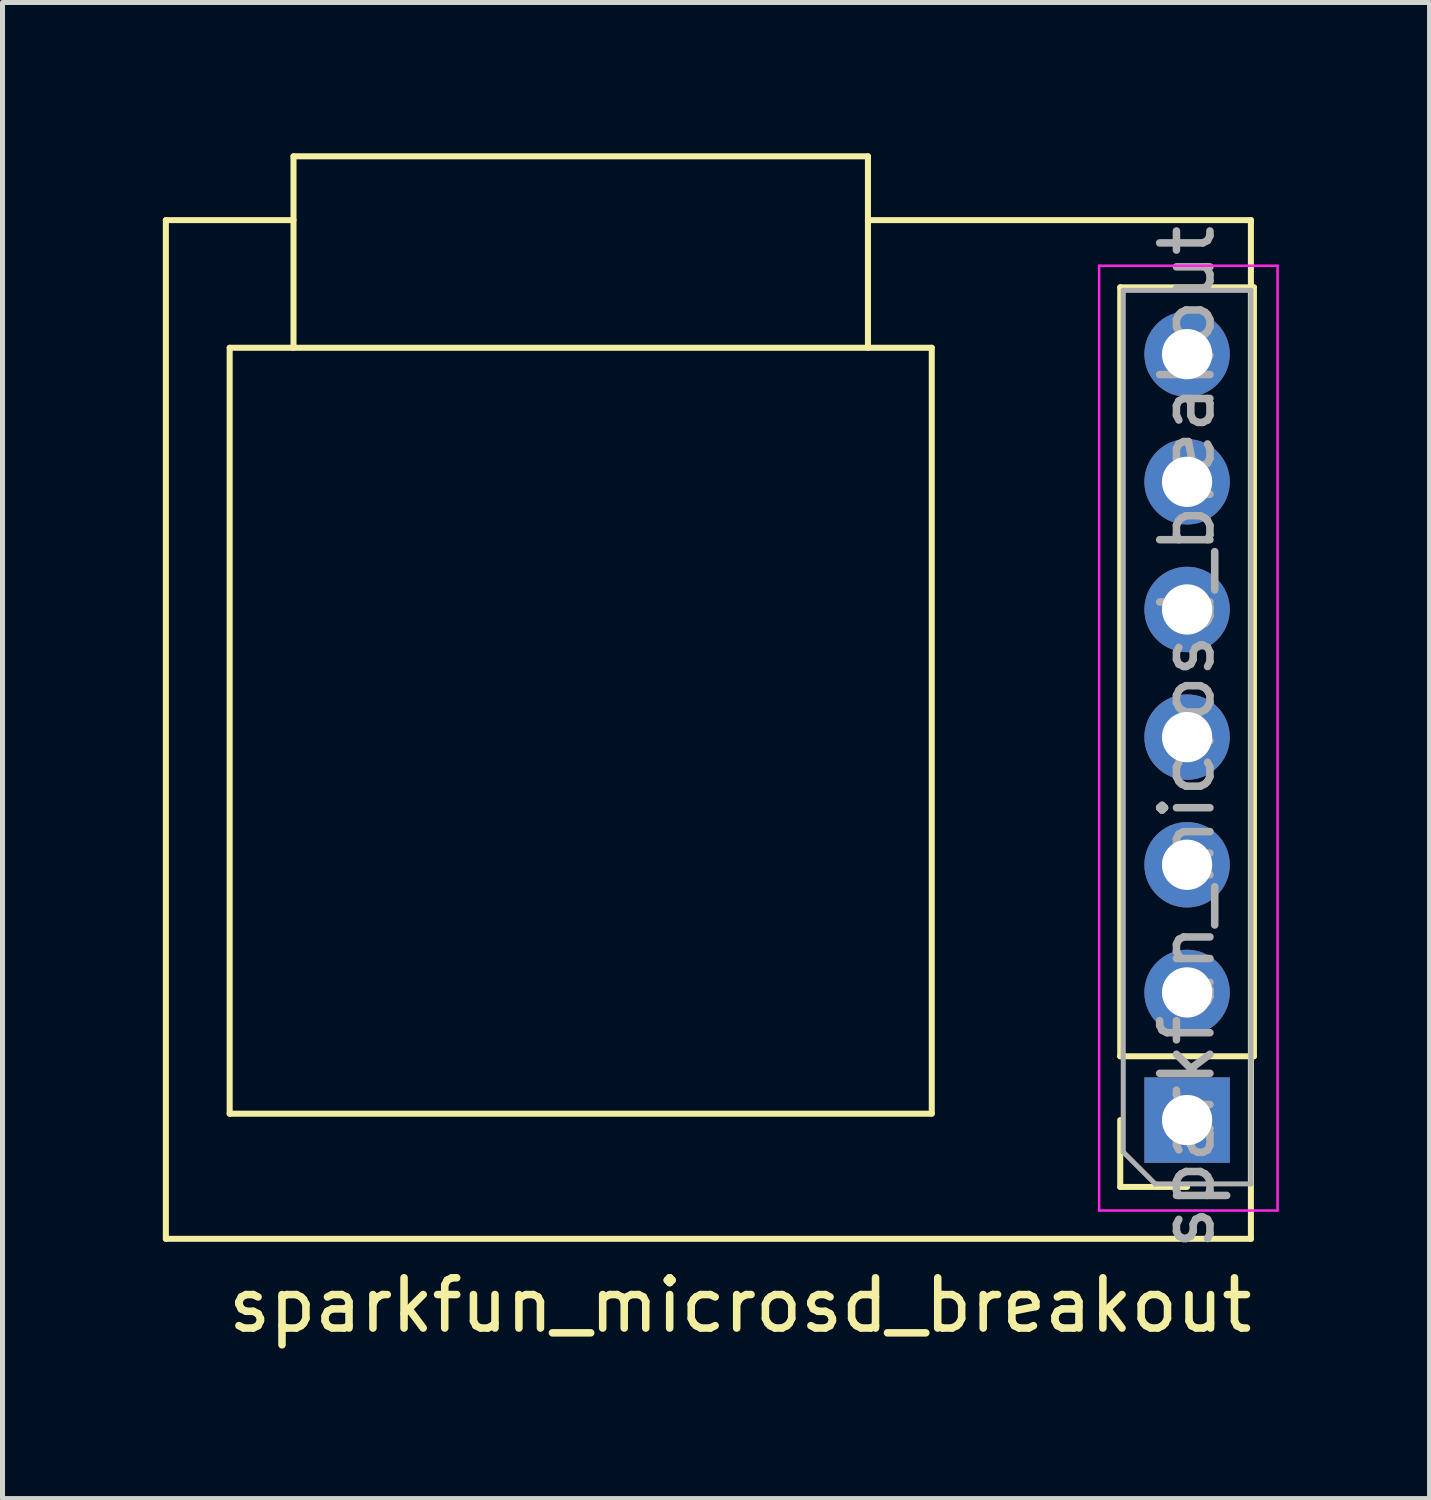
<source format=kicad_pcb>
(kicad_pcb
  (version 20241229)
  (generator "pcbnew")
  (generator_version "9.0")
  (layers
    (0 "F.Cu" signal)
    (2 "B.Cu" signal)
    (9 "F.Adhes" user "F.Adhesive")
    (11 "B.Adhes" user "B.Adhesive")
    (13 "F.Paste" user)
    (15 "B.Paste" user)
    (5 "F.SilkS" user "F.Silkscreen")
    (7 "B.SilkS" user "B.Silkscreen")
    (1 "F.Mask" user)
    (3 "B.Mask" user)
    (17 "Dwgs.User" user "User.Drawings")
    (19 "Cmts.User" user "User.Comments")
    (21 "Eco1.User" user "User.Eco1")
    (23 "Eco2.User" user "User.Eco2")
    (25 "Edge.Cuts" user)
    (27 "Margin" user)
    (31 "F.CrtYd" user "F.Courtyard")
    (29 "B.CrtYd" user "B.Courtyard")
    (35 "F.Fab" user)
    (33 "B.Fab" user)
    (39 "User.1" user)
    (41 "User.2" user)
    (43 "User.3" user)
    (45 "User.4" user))
  (footprint "sparkfun_microsd_breakout"
    (layer "F.Cu")
    (at 0.25 1.33)
    (property "Reference" "sparkfun_microsd_breakout" (at 11.43 21.59 0) (layer "F.SilkS") (effects (font (size 1 1) (thickness 0.15))))
    (attr through_hole)
    (fp_line (start 0 0) (end 0 20.269) (stroke (width 0.12) (type solid)) (layer "F.SilkS"))
    (fp_line (start 0 0) (end 2.54 0) (stroke (width 0.12) (type solid)) (layer "F.SilkS"))
    (fp_line (start 0 20.269) (end 21.59 20.269) (stroke (width 0.12) (type solid)) (layer "F.SilkS"))
    (fp_line (start 1.27 2.54) (end 1.27 17.78) (stroke (width 0.12) (type solid)) (layer "F.SilkS"))
    (fp_line (start 1.27 2.54) (end 15.24 2.54) (stroke (width 0.12) (type solid)) (layer "F.SilkS"))
    (fp_line (start 2.54 -1.27) (end 13.97 -1.27) (stroke (width 0.12) (type solid)) (layer "F.SilkS"))
    (fp_line (start 2.54 2.54) (end 2.54 -1.27) (stroke (width 0.12) (type solid)) (layer "F.SilkS"))
    (fp_line (start 13.97 -1.27) (end 13.97 2.54) (stroke (width 0.12) (type solid)) (layer "F.SilkS"))
    (fp_line (start 13.97 0) (end 21.59 0) (stroke (width 0.12) (type solid)) (layer "F.SilkS"))
    (fp_line (start 15.24 2.54) (end 15.24 17.78) (stroke (width 0.12) (type solid)) (layer "F.SilkS"))
    (fp_line (start 15.24 17.78) (end 1.27 17.78) (stroke (width 0.12) (type solid)) (layer "F.SilkS"))
    (fp_line (start 18.99 16.637) (end 18.99 1.337) (stroke (width 0.12) (type solid)) (layer "F.SilkS"))
    (fp_line (start 18.99 19.237) (end 18.99 17.907) (stroke (width 0.12) (type solid)) (layer "F.SilkS"))
    (fp_line (start 20.32 19.237) (end 18.99 19.237) (stroke (width 0.12) (type solid)) (layer "F.SilkS"))
    (fp_line (start 21.59 0) (end 21.59 20.269) (stroke (width 0.12) (type solid)) (layer "F.SilkS"))
    (fp_line (start 21.65 1.337) (end 18.99 1.337) (stroke (width 0.12) (type solid)) (layer "F.SilkS"))
    (fp_line (start 21.65 16.637) (end 18.99 16.637) (stroke (width 0.12) (type solid)) (layer "F.SilkS"))
    (fp_line (start 21.65 16.637) (end 21.65 1.337) (stroke (width 0.12) (type solid)) (layer "F.SilkS"))
    (fp_line (start 18.57 0.907) (end 22.12 0.907) (stroke (width 0.05) (type solid)) (layer "F.CrtYd"))
    (fp_line (start 18.57 19.707) (end 18.57 0.907) (stroke (width 0.05) (type solid)) (layer "F.CrtYd"))
    (fp_line (start 22.12 0.907) (end 22.12 19.707) (stroke (width 0.05) (type solid)) (layer "F.CrtYd"))
    (fp_line (start 22.12 19.707) (end 18.57 19.707) (stroke (width 0.05) (type solid)) (layer "F.CrtYd"))
    (fp_line (start 19.05 1.397) (end 21.59 1.397) (stroke (width 0.1) (type solid)) (layer "F.Fab"))
    (fp_line (start 19.05 18.542) (end 19.05 1.397) (stroke (width 0.1) (type solid)) (layer "F.Fab"))
    (fp_line (start 19.685 19.177) (end 19.05 18.542) (stroke (width 0.1) (type solid)) (layer "F.Fab"))
    (fp_line (start 21.59 1.397) (end 21.59 19.177) (stroke (width 0.1) (type solid)) (layer "F.Fab"))
    (fp_line (start 21.59 19.177) (end 19.685 19.177) (stroke (width 0.1) (type solid)) (layer "F.Fab"))
    (fp_text user "${REFERENCE}" (at 20.32 10.287 270) (layer "F.Fab") (effects (font (size 1 1) (thickness 0.15))))
    (pad "1" thru_hole rect (at 20.32 17.907 180) (size 1.7 1.7) (drill 1) (layers "*.Cu" "*.Mask"))
    (pad "2" thru_hole oval (at 20.32 15.367 180) (size 1.7 1.7) (drill 1) (layers "*.Cu" "*.Mask"))
    (pad "3" thru_hole oval (at 20.32 12.827 180) (size 1.7 1.7) (drill 1) (layers "*.Cu" "*.Mask"))
    (pad "4" thru_hole oval (at 20.32 10.287 180) (size 1.7 1.7) (drill 1) (layers "*.Cu" "*.Mask"))
    (pad "5" thru_hole oval (at 20.32 7.747 180) (size 1.7 1.7) (drill 1) (layers "*.Cu" "*.Mask"))
    (pad "6" thru_hole oval (at 20.32 5.207 180) (size 1.7 1.7) (drill 1) (layers "*.Cu" "*.Mask"))
    (pad "7" thru_hole oval (at 20.32 2.667 180) (size 1.7 1.7) (drill 1) (layers "*.Cu" "*.Mask")))
  (gr_rect
    (start -3 -3)
    (end 25.395 26.768)
    (stroke (width 0.1) (type default))
    (fill no)
    (layer "Edge.Cuts")))
</source>
